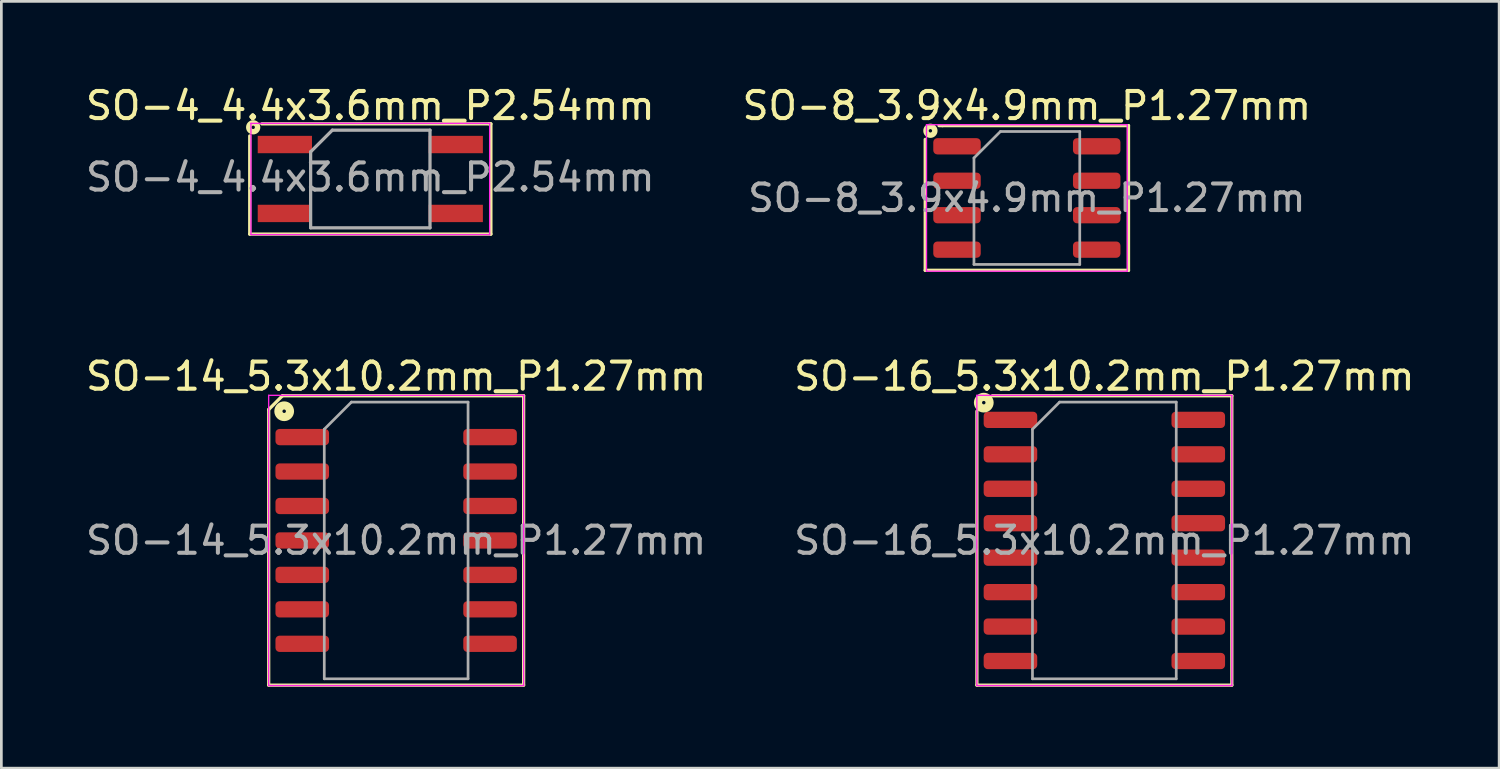
<source format=kicad_pcb>
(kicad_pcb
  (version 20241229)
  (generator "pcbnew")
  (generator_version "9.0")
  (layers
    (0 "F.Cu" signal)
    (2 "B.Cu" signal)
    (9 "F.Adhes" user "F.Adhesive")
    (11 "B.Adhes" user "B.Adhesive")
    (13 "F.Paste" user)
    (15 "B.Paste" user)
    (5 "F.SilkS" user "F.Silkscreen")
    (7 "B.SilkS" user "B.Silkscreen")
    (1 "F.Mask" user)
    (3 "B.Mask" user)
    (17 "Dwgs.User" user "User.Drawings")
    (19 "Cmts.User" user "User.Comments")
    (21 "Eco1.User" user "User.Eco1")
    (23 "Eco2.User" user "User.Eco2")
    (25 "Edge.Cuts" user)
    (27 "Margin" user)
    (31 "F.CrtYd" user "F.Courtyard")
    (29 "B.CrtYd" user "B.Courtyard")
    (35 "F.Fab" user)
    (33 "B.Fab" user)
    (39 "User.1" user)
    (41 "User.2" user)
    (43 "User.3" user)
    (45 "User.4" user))
  (footprint "SO-4_4.4x3.6mm_P2.54mm"
    (layer "F.Cu")
    (at 10.601 3.548)
    (property "Reference" "SO-4_4.4x3.6mm_P2.54mm" (at 0 -2.7 0) (layer "F.SilkS") (effects (font (size 1 1) (thickness 0.15))))
    (attr smd)
    (fp_line (start -4.445 2.032) (end -4.445 -1.587) (stroke (width 0.12) (type solid)) (layer "F.SilkS"))
    (fp_line (start -4 -2.032) (end 4.381 -2.032) (stroke (width 0.12) (type solid)) (layer "F.SilkS"))
    (fp_line (start 4.381 -2.032) (end 4.445 -2.032) (stroke (width 0.12) (type solid)) (layer "F.SilkS"))
    (fp_line (start 4.445 -2.032) (end 4.445 2.032) (stroke (width 0.12) (type solid)) (layer "F.SilkS"))
    (fp_line (start 4.445 2.032) (end -4.445 2.032) (stroke (width 0.12) (type solid)) (layer "F.SilkS"))
    (fp_circle (center -4.318 -1.905) (end -4.255 -1.905) (stroke (width 0.2) (type solid)) (fill no) (layer "F.SilkS"))
    (fp_line (start -4.4 -2.05) (end -4.4 2.05) (stroke (width 0.05) (type solid)) (layer "F.CrtYd"))
    (fp_line (start -4.4 -2.05) (end 4.4 -2.05) (stroke (width 0.05) (type solid)) (layer "F.CrtYd"))
    (fp_line (start 4.4 2.05) (end -4.4 2.05) (stroke (width 0.05) (type solid)) (layer "F.CrtYd"))
    (fp_line (start 4.4 2.05) (end 4.4 -2.05) (stroke (width 0.05) (type solid)) (layer "F.CrtYd"))
    (fp_line (start -2.2 -1) (end -1.4 -1.8) (stroke (width 0.12) (type solid)) (layer "F.Fab"))
    (fp_line (start -2.2 1.8) (end -2.2 -1) (stroke (width 0.12) (type solid)) (layer "F.Fab"))
    (fp_line (start -1.4 -1.8) (end 2.2 -1.8) (stroke (width 0.12) (type solid)) (layer "F.Fab"))
    (fp_line (start 2.2 -1.8) (end 2.2 1.8) (stroke (width 0.12) (type solid)) (layer "F.Fab"))
    (fp_line (start 2.2 1.8) (end -2.2 1.8) (stroke (width 0.12) (type solid)) (layer "F.Fab"))
    (fp_text user "${REFERENCE}" (at 0 -0.065 0) (layer "F.Fab") (effects (font (size 1 1) (thickness 0.15))))
    (pad "1" smd rect (at -3.15 -1.27) (size 2 0.64) (layers "F.Cu" "F.Mask" "F.Paste"))
    (pad "2" smd rect (at -3.15 1.27) (size 2 0.64) (layers "F.Cu" "F.Mask" "F.Paste"))
    (pad "3" smd rect (at 3.15 1.27) (size 2 0.64) (layers "F.Cu" "F.Mask" "F.Paste"))
    (pad "4" smd rect (at 3.15 -1.27) (size 2 0.64) (layers "F.Cu" "F.Mask" "F.Paste")))
  (footprint "SO-14_5.3x10.2mm_P1.27mm"
    (layer "F.Cu")
    (at 11.554 16.873)
    (property "Reference" "SO-14_5.3x10.2mm_P1.27mm" (at 0 -6.05 0) (layer "F.SilkS") (effects (font (size 1 1) (thickness 0.15))))
    (attr smd)
    (fp_line (start -4.699 -4.826) (end -4.699 5.334) (stroke (width 0.12) (type solid)) (layer "F.SilkS"))
    (fp_line (start -4.699 -4.826) (end -4.191 -5.334) (stroke (width 0.12) (type solid)) (layer "F.SilkS"))
    (fp_line (start -4.699 5.334) (end 4.699 5.334) (stroke (width 0.12) (type solid)) (layer "F.SilkS"))
    (fp_line (start 4.699 -5.334) (end -4.191 -5.334) (stroke (width 0.12) (type solid)) (layer "F.SilkS"))
    (fp_line (start 4.699 5.334) (end 4.699 -5.334) (stroke (width 0.12) (type solid)) (layer "F.SilkS"))
    (fp_circle (center -4.128 -4.763) (end -4.064 -4.763) (stroke (width 0.3) (type solid)) (fill no) (layer "F.SilkS"))
    (fp_line (start -4.7 -5.35) (end -4.7 5.35) (stroke (width 0.05) (type solid)) (layer "F.CrtYd"))
    (fp_line (start -4.7 5.35) (end 4.7 5.35) (stroke (width 0.05) (type solid)) (layer "F.CrtYd"))
    (fp_line (start 4.7 -5.35) (end -4.7 -5.35) (stroke (width 0.05) (type solid)) (layer "F.CrtYd"))
    (fp_line (start 4.7 5.35) (end 4.7 -5.35) (stroke (width 0.05) (type solid)) (layer "F.CrtYd"))
    (fp_line (start -2.65 -4.1) (end -1.65 -5.1) (stroke (width 0.1) (type solid)) (layer "F.Fab"))
    (fp_line (start -2.65 5.1) (end -2.65 -4.1) (stroke (width 0.1) (type solid)) (layer "F.Fab"))
    (fp_line (start -1.65 -5.1) (end 2.65 -5.1) (stroke (width 0.1) (type solid)) (layer "F.Fab"))
    (fp_line (start 2.65 -5.1) (end 2.65 5.1) (stroke (width 0.1) (type solid)) (layer "F.Fab"))
    (fp_line (start 2.65 5.1) (end -2.65 5.1) (stroke (width 0.1) (type solid)) (layer "F.Fab"))
    (fp_text user "${REFERENCE}" (at 0 0 0) (layer "F.Fab") (effects (font (size 1 1) (thickness 0.15))))
    (pad "1" smd roundrect (at -3.462 -3.81) (size 1.975 0.6) (layers "F.Cu" "F.Mask" "F.Paste") (roundrect_rratio 0.25))
    (pad "2" smd roundrect (at -3.462 -2.54) (size 1.975 0.6) (layers "F.Cu" "F.Mask" "F.Paste") (roundrect_rratio 0.25))
    (pad "3" smd roundrect (at -3.462 -1.27) (size 1.975 0.6) (layers "F.Cu" "F.Mask" "F.Paste") (roundrect_rratio 0.25))
    (pad "4" smd roundrect (at -3.462 0) (size 1.975 0.6) (layers "F.Cu" "F.Mask" "F.Paste") (roundrect_rratio 0.25))
    (pad "5" smd roundrect (at -3.462 1.27) (size 1.975 0.6) (layers "F.Cu" "F.Mask" "F.Paste") (roundrect_rratio 0.25))
    (pad "6" smd roundrect (at -3.462 2.54) (size 1.975 0.6) (layers "F.Cu" "F.Mask" "F.Paste") (roundrect_rratio 0.25))
    (pad "7" smd roundrect (at -3.462 3.81) (size 1.975 0.6) (layers "F.Cu" "F.Mask" "F.Paste") (roundrect_rratio 0.25))
    (pad "8" smd roundrect (at 3.462 3.81) (size 1.975 0.6) (layers "F.Cu" "F.Mask" "F.Paste") (roundrect_rratio 0.25))
    (pad "9" smd roundrect (at 3.462 2.54) (size 1.975 0.6) (layers "F.Cu" "F.Mask" "F.Paste") (roundrect_rratio 0.25))
    (pad "10" smd roundrect (at 3.462 1.27) (size 1.975 0.6) (layers "F.Cu" "F.Mask" "F.Paste") (roundrect_rratio 0.25))
    (pad "11" smd roundrect (at 3.462 0) (size 1.975 0.6) (layers "F.Cu" "F.Mask" "F.Paste") (roundrect_rratio 0.25))
    (pad "12" smd roundrect (at 3.462 -1.27) (size 1.975 0.6) (layers "F.Cu" "F.Mask" "F.Paste") (roundrect_rratio 0.25))
    (pad "13" smd roundrect (at 3.462 -2.54) (size 1.975 0.6) (layers "F.Cu" "F.Mask" "F.Paste") (roundrect_rratio 0.25))
    (pad "14" smd roundrect (at 3.462 -3.81) (size 1.975 0.6) (layers "F.Cu" "F.Mask" "F.Paste") (roundrect_rratio 0.25)))
  (footprint "SO-8_3.9x4.9mm_P1.27mm"
    (layer "F.Cu")
    (at 34.804 4.248)
    (property "Reference" "SO-8_3.9x4.9mm_P1.27mm" (at 0 -3.4 0) (layer "F.SilkS") (effects (font (size 1 1) (thickness 0.15))))
    (attr smd)
    (fp_line (start -3.747 -2.159) (end -3.747 2.667) (stroke (width 0.12) (type solid)) (layer "F.SilkS"))
    (fp_line (start -3.747 2.667) (end 3.747 2.667) (stroke (width 0.12) (type solid)) (layer "F.SilkS"))
    (fp_line (start -3.111 -2.667) (end -3.239 -2.667) (stroke (width 0.12) (type solid)) (layer "F.SilkS"))
    (fp_line (start 3.747 -2.667) (end -3.111 -2.667) (stroke (width 0.12) (type solid)) (layer "F.SilkS"))
    (fp_line (start 3.747 2.667) (end 3.747 -2.667) (stroke (width 0.12) (type solid)) (layer "F.SilkS"))
    (fp_circle (center -3.556 -2.477) (end -3.493 -2.477) (stroke (width 0.2) (type solid)) (fill no) (layer "F.SilkS"))
    (fp_line (start -3.7 -2.7) (end -3.7 2.7) (stroke (width 0.05) (type solid)) (layer "F.CrtYd"))
    (fp_line (start -3.7 2.7) (end 3.7 2.7) (stroke (width 0.05) (type solid)) (layer "F.CrtYd"))
    (fp_line (start 3.7 -2.7) (end -3.7 -2.7) (stroke (width 0.05) (type solid)) (layer "F.CrtYd"))
    (fp_line (start 3.7 2.7) (end 3.7 -2.7) (stroke (width 0.05) (type solid)) (layer "F.CrtYd"))
    (fp_line (start -1.95 -1.475) (end -0.975 -2.45) (stroke (width 0.1) (type solid)) (layer "F.Fab"))
    (fp_line (start -1.95 2.45) (end -1.95 -1.475) (stroke (width 0.1) (type solid)) (layer "F.Fab"))
    (fp_line (start -0.975 -2.45) (end 1.95 -2.45) (stroke (width 0.1) (type solid)) (layer "F.Fab"))
    (fp_line (start 1.95 -2.45) (end 1.95 2.45) (stroke (width 0.1) (type solid)) (layer "F.Fab"))
    (fp_line (start 1.95 2.45) (end -1.95 2.45) (stroke (width 0.1) (type solid)) (layer "F.Fab"))
    (fp_text user "${REFERENCE}" (at 0 0 0) (layer "F.Fab") (effects (font (size 0.98 0.98) (thickness 0.15))))
    (pad "1" smd roundrect (at -2.575 -1.905) (size 1.75 0.6) (layers "F.Cu" "F.Mask" "F.Paste") (roundrect_rratio 0.25))
    (pad "2" smd roundrect (at -2.575 -0.635) (size 1.75 0.6) (layers "F.Cu" "F.Mask" "F.Paste") (roundrect_rratio 0.25))
    (pad "3" smd roundrect (at -2.575 0.635) (size 1.75 0.6) (layers "F.Cu" "F.Mask" "F.Paste") (roundrect_rratio 0.25))
    (pad "4" smd roundrect (at -2.575 1.905) (size 1.75 0.6) (layers "F.Cu" "F.Mask" "F.Paste") (roundrect_rratio 0.25))
    (pad "5" smd roundrect (at 2.575 1.905) (size 1.75 0.6) (layers "F.Cu" "F.Mask" "F.Paste") (roundrect_rratio 0.25))
    (pad "6" smd roundrect (at 2.575 0.635) (size 1.75 0.6) (layers "F.Cu" "F.Mask" "F.Paste") (roundrect_rratio 0.25))
    (pad "7" smd roundrect (at 2.575 -0.635) (size 1.75 0.6) (layers "F.Cu" "F.Mask" "F.Paste") (roundrect_rratio 0.25))
    (pad "8" smd roundrect (at 2.575 -1.905) (size 1.75 0.6) (layers "F.Cu" "F.Mask" "F.Paste") (roundrect_rratio 0.25)))
  (footprint "SO-16_5.3x10.2mm_P1.27mm"
    (layer "F.Cu")
    (at 37.661 16.873)
    (property "Reference" "SO-16_5.3x10.2mm_P1.27mm" (at 0 -6.05 0) (layer "F.SilkS") (effects (font (size 1 1) (thickness 0.15))))
    (attr smd)
    (fp_line (start -4.699 -4.763) (end -4.699 5.334) (stroke (width 0.12) (type solid)) (layer "F.SilkS"))
    (fp_line (start -4.699 5.334) (end 4.699 5.334) (stroke (width 0.12) (type solid)) (layer "F.SilkS"))
    (fp_line (start 4.699 -5.334) (end -4.128 -5.334) (stroke (width 0.12) (type solid)) (layer "F.SilkS"))
    (fp_line (start 4.699 5.334) (end 4.699 -5.334) (stroke (width 0.12) (type solid)) (layer "F.SilkS"))
    (fp_circle (center -4.445 -5.08) (end -4.381 -5.08) (stroke (width 0.3) (type solid)) (fill no) (layer "F.SilkS"))
    (fp_line (start -4.7 -5.35) (end -4.7 5.35) (stroke (width 0.05) (type solid)) (layer "F.CrtYd"))
    (fp_line (start -4.7 5.35) (end 4.7 5.35) (stroke (width 0.05) (type solid)) (layer "F.CrtYd"))
    (fp_line (start 4.7 -5.35) (end -4.7 -5.35) (stroke (width 0.05) (type solid)) (layer "F.CrtYd"))
    (fp_line (start 4.7 5.35) (end 4.7 -5.35) (stroke (width 0.05) (type solid)) (layer "F.CrtYd"))
    (fp_line (start -2.65 -4.1) (end -1.65 -5.1) (stroke (width 0.1) (type solid)) (layer "F.Fab"))
    (fp_line (start -2.65 5.1) (end -2.65 -4.1) (stroke (width 0.1) (type solid)) (layer "F.Fab"))
    (fp_line (start -1.65 -5.1) (end 2.65 -5.1) (stroke (width 0.1) (type solid)) (layer "F.Fab"))
    (fp_line (start 2.65 -5.1) (end 2.65 5.1) (stroke (width 0.1) (type solid)) (layer "F.Fab"))
    (fp_line (start 2.65 5.1) (end -2.65 5.1) (stroke (width 0.1) (type solid)) (layer "F.Fab"))
    (fp_text user "${REFERENCE}" (at 0 0 0) (layer "F.Fab") (effects (font (size 1 1) (thickness 0.15))))
    (pad "1" smd roundrect (at -3.462 -4.445) (size 1.975 0.6) (layers "F.Cu" "F.Mask" "F.Paste") (roundrect_rratio 0.25))
    (pad "2" smd roundrect (at -3.462 -3.175) (size 1.975 0.6) (layers "F.Cu" "F.Mask" "F.Paste") (roundrect_rratio 0.25))
    (pad "3" smd roundrect (at -3.462 -1.905) (size 1.975 0.6) (layers "F.Cu" "F.Mask" "F.Paste") (roundrect_rratio 0.25))
    (pad "4" smd roundrect (at -3.462 -0.635) (size 1.975 0.6) (layers "F.Cu" "F.Mask" "F.Paste") (roundrect_rratio 0.25))
    (pad "5" smd roundrect (at -3.462 0.635) (size 1.975 0.6) (layers "F.Cu" "F.Mask" "F.Paste") (roundrect_rratio 0.25))
    (pad "6" smd roundrect (at -3.462 1.905) (size 1.975 0.6) (layers "F.Cu" "F.Mask" "F.Paste") (roundrect_rratio 0.25))
    (pad "7" smd roundrect (at -3.462 3.175) (size 1.975 0.6) (layers "F.Cu" "F.Mask" "F.Paste") (roundrect_rratio 0.25))
    (pad "8" smd roundrect (at -3.462 4.445) (size 1.975 0.6) (layers "F.Cu" "F.Mask" "F.Paste") (roundrect_rratio 0.25))
    (pad "9" smd roundrect (at 3.462 4.445) (size 1.975 0.6) (layers "F.Cu" "F.Mask" "F.Paste") (roundrect_rratio 0.25))
    (pad "10" smd roundrect (at 3.462 3.175) (size 1.975 0.6) (layers "F.Cu" "F.Mask" "F.Paste") (roundrect_rratio 0.25))
    (pad "11" smd roundrect (at 3.462 1.905) (size 1.975 0.6) (layers "F.Cu" "F.Mask" "F.Paste") (roundrect_rratio 0.25))
    (pad "12" smd roundrect (at 3.462 0.635) (size 1.975 0.6) (layers "F.Cu" "F.Mask" "F.Paste") (roundrect_rratio 0.25))
    (pad "13" smd roundrect (at 3.462 -0.635) (size 1.975 0.6) (layers "F.Cu" "F.Mask" "F.Paste") (roundrect_rratio 0.25))
    (pad "14" smd roundrect (at 3.462 -1.905) (size 1.975 0.6) (layers "F.Cu" "F.Mask" "F.Paste") (roundrect_rratio 0.25))
    (pad "15" smd roundrect (at 3.462 -3.175) (size 1.975 0.6) (layers "F.Cu" "F.Mask" "F.Paste") (roundrect_rratio 0.25))
    (pad "16" smd roundrect (at 3.462 -4.445) (size 1.975 0.6) (layers "F.Cu" "F.Mask" "F.Paste") (roundrect_rratio 0.25)))
  (gr_rect
    (start -3 -3)
    (end 52.214 25.267)
    (stroke (width 0.1) (type default))
    (fill no)
    (layer "Edge.Cuts")))
</source>
